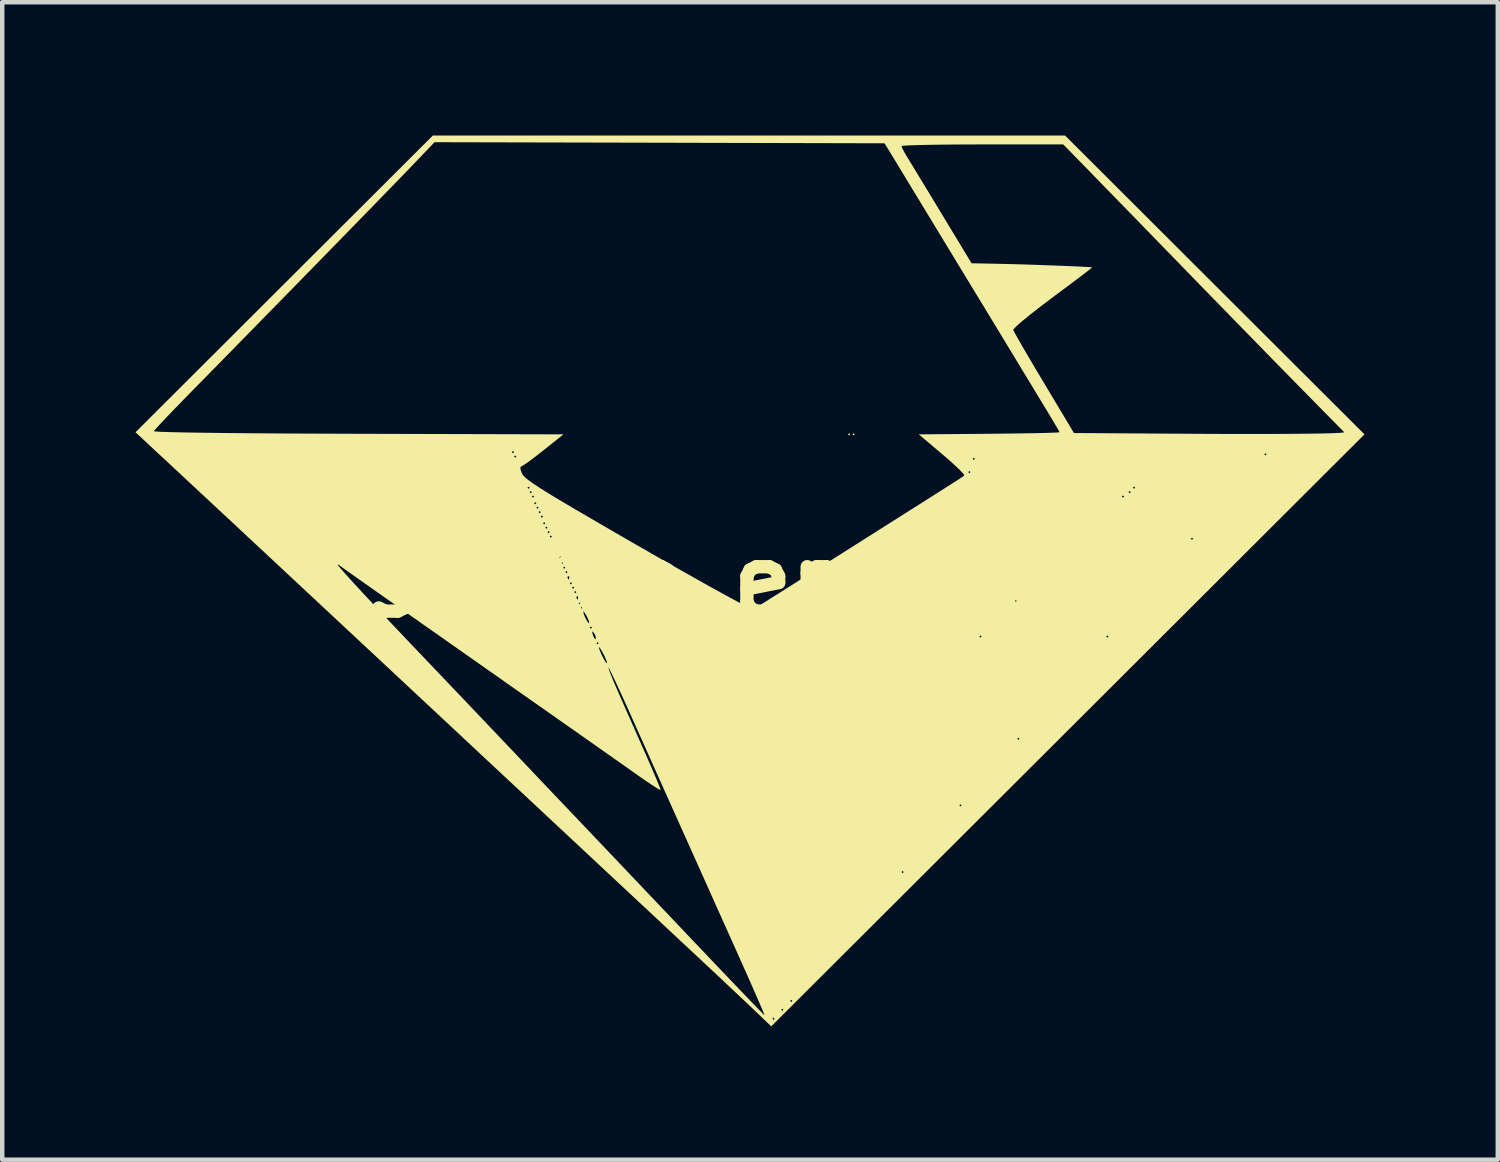
<source format=kicad_pcb>
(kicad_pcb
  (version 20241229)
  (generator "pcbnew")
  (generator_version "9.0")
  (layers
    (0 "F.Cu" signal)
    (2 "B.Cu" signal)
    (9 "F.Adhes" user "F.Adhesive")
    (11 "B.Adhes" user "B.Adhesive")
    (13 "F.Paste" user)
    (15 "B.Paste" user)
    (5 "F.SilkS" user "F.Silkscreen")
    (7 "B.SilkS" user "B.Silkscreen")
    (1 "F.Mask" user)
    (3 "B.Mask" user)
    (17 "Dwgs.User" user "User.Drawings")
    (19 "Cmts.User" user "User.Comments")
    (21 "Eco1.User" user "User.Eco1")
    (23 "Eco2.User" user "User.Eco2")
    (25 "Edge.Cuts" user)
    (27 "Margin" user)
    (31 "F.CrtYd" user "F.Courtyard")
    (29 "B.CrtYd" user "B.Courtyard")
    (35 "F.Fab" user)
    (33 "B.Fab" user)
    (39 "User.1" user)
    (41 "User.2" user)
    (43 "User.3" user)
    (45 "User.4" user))
  (footprint "sonics_emerald"
    (layer "F.Cu")
    (at 13.83 10.025)
    (property "Reference" "sonics_emerald" (at 0 0 0) (layer "F.SilkS") (effects (font (size 1.5 1.5) (thickness 0.3))))
    (attr board_only exclude_from_pos_files exclude_from_bom)
    (fp_poly (pts (xy 2.254 -3.3) (xy 2.229 -3.275) (xy 2.204 -3.3) (xy 2.229 -3.325)) (stroke (width 0) (type solid)) (fill yes) (layer "F.SilkS"))
    (fp_poly (pts (xy 2.355 -3.3) (xy 2.33 -3.275) (xy 2.305 -3.3) (xy 2.33 -3.325)) (stroke (width 0) (type solid)) (fill yes) (layer "F.SilkS"))
    (fp_poly (pts (xy 10.458 -6.662) (xy 13.827 -3.3) (xy 7.152 3.362) (xy 0.476 10.023) (xy 0.296 9.85) (xy 0.501 9.85) (xy 0.526 9.875) (xy 0.551 9.85) (xy 0.526 9.825) (xy 0.501 9.85) (xy 0.296 9.85) (xy 0.15 9.71) (xy 0.042 9.607) (xy -0.13 9.444) (xy -0.355 9.233) (xy -0.623 8.98) (xy -0.925 8.697) (xy -1.251 8.392) (xy -1.591 8.075) (xy -1.703 7.97) (xy -1.968 7.722) (xy -2.298 7.414) (xy -2.685 7.053) (xy -3.12 6.647) (xy -3.596 6.202) (xy -4.105 5.727) (xy -4.637 5.23) (xy -5.186 4.717) (xy -5.743 4.197) (xy -6.3 3.677) (xy -6.838 3.174) (xy -7.392 2.657) (xy -7.957 2.129) (xy -8.526 1.598) (xy -9.089 1.073) (xy -9.637 0.561) (xy -10.164 0.07) (xy -10.638 -0.373) (xy -9.286 -0.373) (xy -9.236 -0.307) (xy -9.121 -0.174) (xy -8.943 0.022) (xy -8.705 0.28) (xy -8.409 0.597) (xy -8.057 0.97) (xy -7.653 1.396) (xy -7.243 1.826) (xy -7.088 1.988) (xy -6.934 2.15) (xy -6.771 2.321) (xy -6.589 2.512) (xy -6.379 2.732) (xy -6.132 2.993) (xy -5.837 3.303) (xy -5.485 3.673) (xy -5.388 3.775) (xy -4.908 4.281) (xy -4.462 4.751) (xy -4.059 5.174) (xy -3.71 5.541) (xy -3.559 5.7) (xy -3.448 5.817) (xy -3.276 5.997) (xy -3.053 6.232) (xy -2.786 6.513) (xy -2.485 6.83) (xy -2.157 7.175) (xy -1.811 7.539) (xy -1.456 7.913) (xy -1.433 7.938) (xy -1.093 8.295) (xy -0.775 8.63) (xy -0.484 8.935) (xy -0.228 9.203) (xy -0.012 9.428) (xy 0.156 9.602) (xy 0.27 9.719) (xy 0.323 9.773) (xy 0.326 9.775) (xy 0.311 9.731) (xy 0.277 9.65) (xy 0.701 9.65) (xy 0.726 9.675) (xy 0.751 9.65) (xy 0.726 9.625) (xy 0.701 9.65) (xy 0.277 9.65) (xy 0.259 9.608) (xy 0.191 9.45) (xy 0.902 9.45) (xy 0.927 9.475) (xy 0.952 9.45) (xy 0.927 9.425) (xy 0.902 9.45) (xy 0.191 9.45) (xy 0.176 9.417) (xy 0.068 9.169) (xy -0.061 8.877) (xy -0.207 8.551) (xy -0.224 8.512) (xy -0.399 8.121) (xy -0.603 7.666) (xy -0.824 7.174) (xy -1.048 6.673) (xy -1.103 6.55) (xy 3.407 6.55) (xy 3.432 6.575) (xy 3.457 6.55) (xy 3.432 6.525) (xy 3.407 6.55) (xy -1.103 6.55) (xy -1.265 6.19) (xy -1.451 5.775) (xy -1.646 5.34) (xy -1.776 5.05) (xy 4.709 5.05) (xy 4.734 5.075) (xy 4.759 5.05) (xy 4.734 5.025) (xy 4.709 5.05) (xy -1.776 5.05) (xy -1.858 4.867) (xy -2.076 4.381) (xy -2.287 3.908) (xy -2.447 3.55) (xy 6.012 3.55) (xy 6.037 3.575) (xy 6.062 3.55) (xy 6.037 3.525) (xy 6.012 3.55) (xy -2.447 3.55) (xy -2.481 3.475) (xy -2.643 3.112) (xy -2.785 2.794) (xy -2.915 2.51) (xy -3.025 2.271) (xy -3.112 2.089) (xy -3.169 1.975) (xy -3.19 1.942) (xy -3.177 1.991) (xy -3.13 2.115) (xy -3.055 2.298) (xy -2.958 2.522) (xy -2.911 2.63) (xy -2.693 3.123) (xy -2.512 3.532) (xy -2.365 3.865) (xy -2.249 4.129) (xy -2.161 4.333) (xy -2.097 4.483) (xy -2.054 4.588) (xy -2.028 4.655) (xy -2.017 4.691) (xy -2.017 4.705) (xy -2.017 4.705) (xy -2.062 4.684) (xy -2.172 4.614) (xy -2.333 4.506) (xy -2.529 4.371) (xy -2.582 4.333) (xy -2.772 4.199) (xy -3.027 4.019) (xy -3.329 3.807) (xy -3.661 3.573) (xy -4.005 3.331) (xy -4.334 3.101) (xy -4.683 2.855) (xy -5.046 2.601) (xy -5.401 2.352) (xy -5.73 2.12) (xy -6.014 1.921) (xy -6.212 1.782) (xy -6.449 1.616) (xy -6.634 1.486) (xy -3.404 1.486) (xy -3.387 1.552) (xy -3.343 1.656) (xy -3.288 1.763) (xy -3.24 1.839) (xy -3.219 1.854) (xy -3.228 1.802) (xy -3.274 1.695) (xy -3.301 1.642) (xy -3.362 1.534) (xy -3.399 1.484) (xy -3.404 1.486) (xy -6.634 1.486) (xy -6.746 1.407) (xy -6.756 1.4) (xy -3.457 1.4) (xy -3.432 1.425) (xy -3.407 1.4) (xy -3.432 1.375) (xy -3.457 1.4) (xy -6.756 1.4) (xy -7.083 1.17) (xy -7.099 1.159) (xy -3.553 1.159) (xy -3.526 1.248) (xy -3.489 1.306) (xy -3.471 1.306) (xy -3.474 1.25) (xy 5.16 1.25) (xy 5.185 1.275) (xy 5.21 1.25) (xy 8.016 1.25) (xy 8.041 1.275) (xy 8.066 1.25) (xy 8.041 1.225) (xy 8.016 1.25) (xy 5.21 1.25) (xy 5.185 1.225) (xy 5.16 1.25) (xy -3.474 1.25) (xy -3.474 1.25) (xy -3.501 1.191) (xy -3.545 1.133) (xy -3.553 1.159) (xy -7.099 1.159) (xy -7.254 1.05) (xy -3.607 1.05) (xy -3.582 1.075) (xy -3.557 1.05) (xy -3.582 1.025) (xy -3.607 1.05) (xy -7.254 1.05) (xy -7.438 0.921) (xy -7.774 0.685) (xy -3.755 0.685) (xy -3.739 0.755) (xy -3.698 0.849) (xy -3.652 0.929) (xy -3.621 0.955) (xy -3.62 0.955) (xy -3.627 0.901) (xy -3.672 0.801) (xy -3.676 0.792) (xy -3.729 0.706) (xy -3.755 0.682) (xy -3.755 0.685) (xy -7.774 0.685) (xy -7.79 0.674) (xy -7.895 0.6) (xy -3.807 0.6) (xy -3.782 0.625) (xy -3.757 0.6) (xy -3.782 0.575) (xy -3.807 0.6) (xy -7.895 0.6) (xy -7.991 0.533) (xy -8.037 0.5) (xy -3.858 0.5) (xy -3.833 0.525) (xy -3.807 0.5) (xy -3.833 0.475) (xy -3.858 0.5) (xy -8.037 0.5) (xy -8.215 0.375) (xy -3.908 0.375) (xy -3.889 0.416) (xy -3.874 0.408) (xy -3.868 0.349) (xy -3.874 0.342) (xy -3.904 0.349) (xy -3.908 0.375) (xy -8.215 0.375) (xy -8.293 0.32) (xy -8.393 0.25) (xy -3.958 0.25) (xy -3.933 0.275) (xy -3.908 0.25) (xy -3.933 0.225) (xy -3.958 0.25) (xy -8.393 0.25) (xy -8.535 0.15) (xy -4.008 0.15) (xy -3.983 0.175) (xy -3.958 0.15) (xy -3.983 0.125) (xy -4.008 0.15) (xy -8.535 0.15) (xy -8.577 0.12) (xy -8.677 0.05) (xy -4.058 0.05) (xy -4.033 0.075) (xy -4.008 0.05) (xy -4.033 0.025) (xy -4.058 0.05) (xy -8.677 0.05) (xy -8.83 -0.058) (xy -8.854 -0.075) (xy -4.108 -0.075) (xy -4.09 -0.034) (xy -4.075 -0.042) (xy -4.069 -0.101) (xy -4.075 -0.108) (xy -4.104 -0.101) (xy -4.108 -0.075) (xy -8.854 -0.075) (xy -9.03 -0.2) (xy -4.158 -0.2) (xy -4.133 -0.175) (xy -4.108 -0.2) (xy -4.133 -0.225) (xy -4.158 -0.2) (xy -9.03 -0.2) (xy -9.039 -0.206) (xy -9.171 -0.3) (xy -4.208 -0.3) (xy -4.183 -0.275) (xy -4.158 -0.3) (xy -4.183 -0.325) (xy -4.208 -0.3) (xy -9.171 -0.3) (xy -9.191 -0.314) (xy -9.268 -0.37) (xy -9.286 -0.373) (xy -10.638 -0.373) (xy -10.659 -0.392) (xy -10.667 -0.4) (xy -4.258 -0.4) (xy -4.233 -0.375) (xy -4.208 -0.4) (xy -4.233 -0.425) (xy -4.258 -0.4) (xy -10.667 -0.4) (xy -10.828 -0.55) (xy -4.308 -0.55) (xy -4.283 -0.525) (xy -4.258 -0.55) (xy -4.283 -0.575) (xy -4.308 -0.55) (xy -10.828 -0.55) (xy -10.935 -0.65) (xy -4.359 -0.65) (xy -4.334 -0.625) (xy -4.308 -0.65) (xy -4.334 -0.675) (xy -4.359 -0.65) (xy -10.935 -0.65) (xy -11.043 -0.75) (xy -4.409 -0.75) (xy -4.384 -0.725) (xy -4.359 -0.75) (xy -4.384 -0.775) (xy -4.409 -0.75) (xy -11.043 -0.75) (xy -11.115 -0.817) (xy -11.15 -0.85) (xy -4.459 -0.85) (xy -4.434 -0.825) (xy -4.409 -0.85) (xy -4.434 -0.875) (xy -4.459 -0.85) (xy -11.15 -0.85) (xy -11.311 -1) (xy -4.509 -1) (xy -4.484 -0.975) (xy -4.459 -1) (xy -4.484 -1.025) (xy -4.509 -1) (xy -11.311 -1) (xy -11.418 -1.1) (xy -4.559 -1.1) (xy -4.534 -1.075) (xy -4.509 -1.1) (xy -4.534 -1.125) (xy -4.559 -1.1) (xy -11.418 -1.1) (xy -11.522 -1.197) (xy -11.525 -1.2) (xy -4.609 -1.2) (xy -4.584 -1.175) (xy -4.559 -1.2) (xy -4.584 -1.225) (xy -4.609 -1.2) (xy -11.525 -1.2) (xy -11.632 -1.3) (xy -4.659 -1.3) (xy -4.634 -1.275) (xy -4.609 -1.3) (xy -4.634 -1.325) (xy -4.659 -1.3) (xy -11.632 -1.3) (xy -11.793 -1.45) (xy -4.709 -1.45) (xy -4.684 -1.425) (xy -4.659 -1.45) (xy -4.684 -1.475) (xy -4.709 -1.45) (xy -11.793 -1.45) (xy -11.873 -1.524) (xy -11.901 -1.55) (xy -4.759 -1.55) (xy -4.734 -1.525) (xy -4.709 -1.55) (xy -4.734 -1.575) (xy -4.759 -1.55) (xy -11.901 -1.55) (xy -12.008 -1.65) (xy -4.809 -1.65) (xy -4.784 -1.625) (xy -4.759 -1.65) (xy -4.784 -1.675) (xy -4.809 -1.65) (xy -12.008 -1.65) (xy -12.115 -1.75) (xy -4.86 -1.75) (xy -4.835 -1.725) (xy -4.809 -1.75) (xy -4.835 -1.775) (xy -4.86 -1.75) (xy -12.115 -1.75) (xy -12.138 -1.771) (xy -12.277 -1.9) (xy -4.91 -1.9) (xy -4.885 -1.875) (xy -4.86 -1.9) (xy -4.885 -1.925) (xy -4.91 -1.9) (xy -12.277 -1.9) (xy -12.384 -2) (xy -4.96 -2) (xy -4.935 -1.975) (xy -4.91 -2) (xy -4.935 -2.025) (xy -4.96 -2) (xy -12.384 -2) (xy -12.491 -2.1) (xy -5.01 -2.1) (xy -4.985 -2.075) (xy -4.96 -2.1) (xy -4.985 -2.125) (xy -5.01 -2.1) (xy -12.491 -2.1) (xy -13.243 -2.8) (xy -5.31 -2.8) (xy -5.285 -2.775) (xy -5.26 -2.8) (xy -5.285 -2.825) (xy -5.31 -2.8) (xy -13.243 -2.8) (xy -13.351 -2.9) (xy -5.361 -2.9) (xy -5.336 -2.875) (xy -5.31 -2.9) (xy -5.336 -2.925) (xy -5.361 -2.9) (xy -13.351 -2.9) (xy -13.83 -3.347) (xy -13.805 -3.372) (xy -13.418 -3.372) (xy -13.372 -3.364) (xy -13.229 -3.356) (xy -12.994 -3.349) (xy -12.672 -3.342) (xy -12.266 -3.336) (xy -11.78 -3.33) (xy -11.218 -3.325) (xy -10.586 -3.32) (xy -9.885 -3.317) (xy -9.122 -3.314) (xy -8.817 -3.313) (xy -4.2 -3.3) (xy -4.654 -2.938) (xy -4.837 -2.794) (xy -4.994 -2.678) (xy -5.107 -2.601) (xy -5.158 -2.575) (xy -5.172 -2.536) (xy -5.142 -2.44) (xy -5.129 -2.413) (xy -5.102 -2.372) (xy -5.053 -2.323) (xy -4.976 -2.261) (xy -4.865 -2.182) (xy -4.712 -2.082) (xy -4.512 -1.957) (xy -4.258 -1.804) (xy -3.943 -1.618) (xy -3.561 -1.395) (xy -3.106 -1.13) (xy -2.571 -0.821) (xy -2.516 -0.79) (xy -2.055 -0.525) (xy -1.619 -0.277) (xy -1.216 -0.049) (xy -0.854 0.153) (xy -0.54 0.326) (xy -0.283 0.465) (xy -0.09 0.566) (xy 0.031 0.625) (xy 0.071 0.639) (xy 0.124 0.606) (xy 0.252 0.525) (xy 0.371 0.45) (xy 5.962 0.45) (xy 5.987 0.475) (xy 6.012 0.45) (xy 5.987 0.425) (xy 5.962 0.45) (xy 0.371 0.45) (xy 0.447 0.402) (xy 0.7 0.243) (xy 1.002 0.052) (xy 1.344 -0.165) (xy 1.717 -0.401) (xy 1.979 -0.566) (xy 2.388 -0.825) (xy 2.585 -0.95) (xy 9.92 -0.95) (xy 9.945 -0.925) (xy 9.97 -0.95) (xy 9.945 -0.975) (xy 9.92 -0.95) (xy 2.585 -0.95) (xy 2.789 -1.079) (xy 3.169 -1.32) (xy 3.517 -1.54) (xy 3.821 -1.732) (xy 4.069 -1.89) (xy 4.086 -1.9) (xy 8.366 -1.9) (xy 8.392 -1.875) (xy 8.417 -1.9) (xy 8.392 -1.925) (xy 8.366 -1.9) (xy 4.086 -1.9) (xy 4.243 -2) (xy 8.517 -2) (xy 8.542 -1.975) (xy 8.567 -2) (xy 8.542 -2.025) (xy 8.517 -2) (xy 4.243 -2) (xy 4.25 -2.004) (xy 4.308 -2.041) (xy 4.401 -2.1) (xy 8.617 -2.1) (xy 8.642 -2.075) (xy 8.667 -2.1) (xy 8.642 -2.125) (xy 8.617 -2.1) (xy 4.401 -2.1) (xy 4.503 -2.165) (xy 4.665 -2.269) (xy 4.778 -2.343) (xy 4.821 -2.373) (xy 4.799 -2.414) (xy 4.765 -2.45) (xy 4.91 -2.45) (xy 4.935 -2.425) (xy 4.96 -2.45) (xy 4.935 -2.475) (xy 4.91 -2.45) (xy 4.765 -2.45) (xy 4.711 -2.507) (xy 4.572 -2.638) (xy 4.445 -2.75) (xy 5.01 -2.75) (xy 5.035 -2.725) (xy 5.06 -2.75) (xy 5.035 -2.775) (xy 5.01 -2.75) (xy 4.445 -2.75) (xy 4.394 -2.795) (xy 4.329 -2.85) (xy 11.573 -2.85) (xy 11.598 -2.825) (xy 11.623 -2.85) (xy 11.598 -2.875) (xy 11.573 -2.85) (xy 4.329 -2.85) (xy 4.327 -2.852) (xy 3.797 -3.3) (xy 5.38 -3.313) (xy 5.767 -3.317) (xy 6.12 -3.322) (xy 6.426 -3.327) (xy 6.675 -3.333) (xy 6.853 -3.339) (xy 6.95 -3.345) (xy 6.964 -3.347) (xy 6.96 -3.357) (xy 6.949 -3.379) (xy 6.926 -3.42) (xy 6.888 -3.484) (xy 6.834 -3.576) (xy 6.759 -3.701) (xy 6.662 -3.863) (xy 6.538 -4.067) (xy 6.386 -4.318) (xy 6.202 -4.621) (xy 5.984 -4.981) (xy 5.729 -5.402) (xy 5.433 -5.89) (xy 5.094 -6.448) (xy 4.708 -7.082) (xy 4.274 -7.797) (xy 4.257 -7.825) (xy 3.065 -9.788) (xy 3.407 -9.788) (xy 3.407 -9.787) (xy 3.431 -9.725) (xy 3.492 -9.614) (xy 3.515 -9.575) (xy 3.57 -9.485) (xy 3.669 -9.323) (xy 3.802 -9.103) (xy 3.963 -8.838) (xy 4.143 -8.542) (xy 4.304 -8.275) (xy 4.985 -7.15) (xy 5.611 -7.138) (xy 5.85 -7.132) (xy 6.127 -7.125) (xy 6.424 -7.115) (xy 6.725 -7.104) (xy 7.013 -7.093) (xy 7.271 -7.083) (xy 7.482 -7.073) (xy 7.63 -7.064) (xy 7.696 -7.058) (xy 7.699 -7.058) (xy 7.663 -7.027) (xy 7.558 -6.945) (xy 7.395 -6.821) (xy 7.185 -6.663) (xy 6.939 -6.48) (xy 6.807 -6.381) (xy 6.548 -6.186) (xy 6.319 -6.007) (xy 6.132 -5.855) (xy 5.998 -5.738) (xy 5.929 -5.666) (xy 5.922 -5.651) (xy 5.951 -5.593) (xy 6.024 -5.461) (xy 6.135 -5.267) (xy 6.278 -5.024) (xy 6.443 -4.743) (xy 6.613 -4.459) (xy 7.289 -3.33) (xy 9.619 -3.315) (xy 10.324 -3.311) (xy 10.968 -3.309) (xy 11.546 -3.309) (xy 12.052 -3.311) (xy 12.483 -3.314) (xy 12.835 -3.319) (xy 13.101 -3.326) (xy 13.279 -3.334) (xy 13.363 -3.344) (xy 13.369 -3.349) (xy 13.331 -3.389) (xy 13.232 -3.489) (xy 13.081 -3.642) (xy 12.89 -3.836) (xy 12.667 -4.063) (xy 12.474 -4.259) (xy 12.245 -4.492) (xy 11.959 -4.783) (xy 11.63 -5.12) (xy 11.27 -5.489) (xy 10.891 -5.877) (xy 10.508 -6.27) (xy 10.133 -6.655) (xy 9.994 -6.798) (xy 9.636 -7.167) (xy 9.273 -7.539) (xy 8.919 -7.904) (xy 8.583 -8.249) (xy 8.277 -8.563) (xy 8.013 -8.834) (xy 7.802 -9.051) (xy 7.72 -9.136) (xy 7.048 -9.825) (xy 5.227 -9.825) (xy 4.811 -9.824) (xy 4.429 -9.821) (xy 4.091 -9.817) (xy 3.809 -9.811) (xy 3.593 -9.804) (xy 3.455 -9.796) (xy 3.407 -9.788) (xy 3.065 -9.788) (xy 3.027 -9.85) (xy -2.037 -9.863) (xy -7.101 -9.875) (xy -7.591 -9.363) (xy -7.727 -9.221) (xy -7.926 -9.015) (xy -8.18 -8.754) (xy -8.482 -8.443) (xy -8.825 -8.091) (xy -9.2 -7.706) (xy -9.602 -7.295) (xy -10.021 -6.866) (xy -10.451 -6.426) (xy -10.885 -5.983) (xy -11.315 -5.544) (xy -11.733 -5.117) (xy -12.132 -4.71) (xy -12.505 -4.33) (xy -12.55 -4.285) (xy -12.787 -4.042) (xy -13.001 -3.822) (xy -13.18 -3.634) (xy -13.316 -3.489) (xy -13.398 -3.398) (xy -13.418 -3.372) (xy -13.805 -3.372) (xy -10.485 -6.686) (xy -7.139 -10.025) (xy -0.025 -10.025) (xy 7.089 -10.025)) (stroke (width 0) (type solid)) (fill yes) (layer "F.SilkS")))
  (gr_rect
    (start -3 -3)
    (end 30.657 23.048)
    (stroke (width 0.1) (type default))
    (fill no)
    (layer "Edge.Cuts")))
</source>
